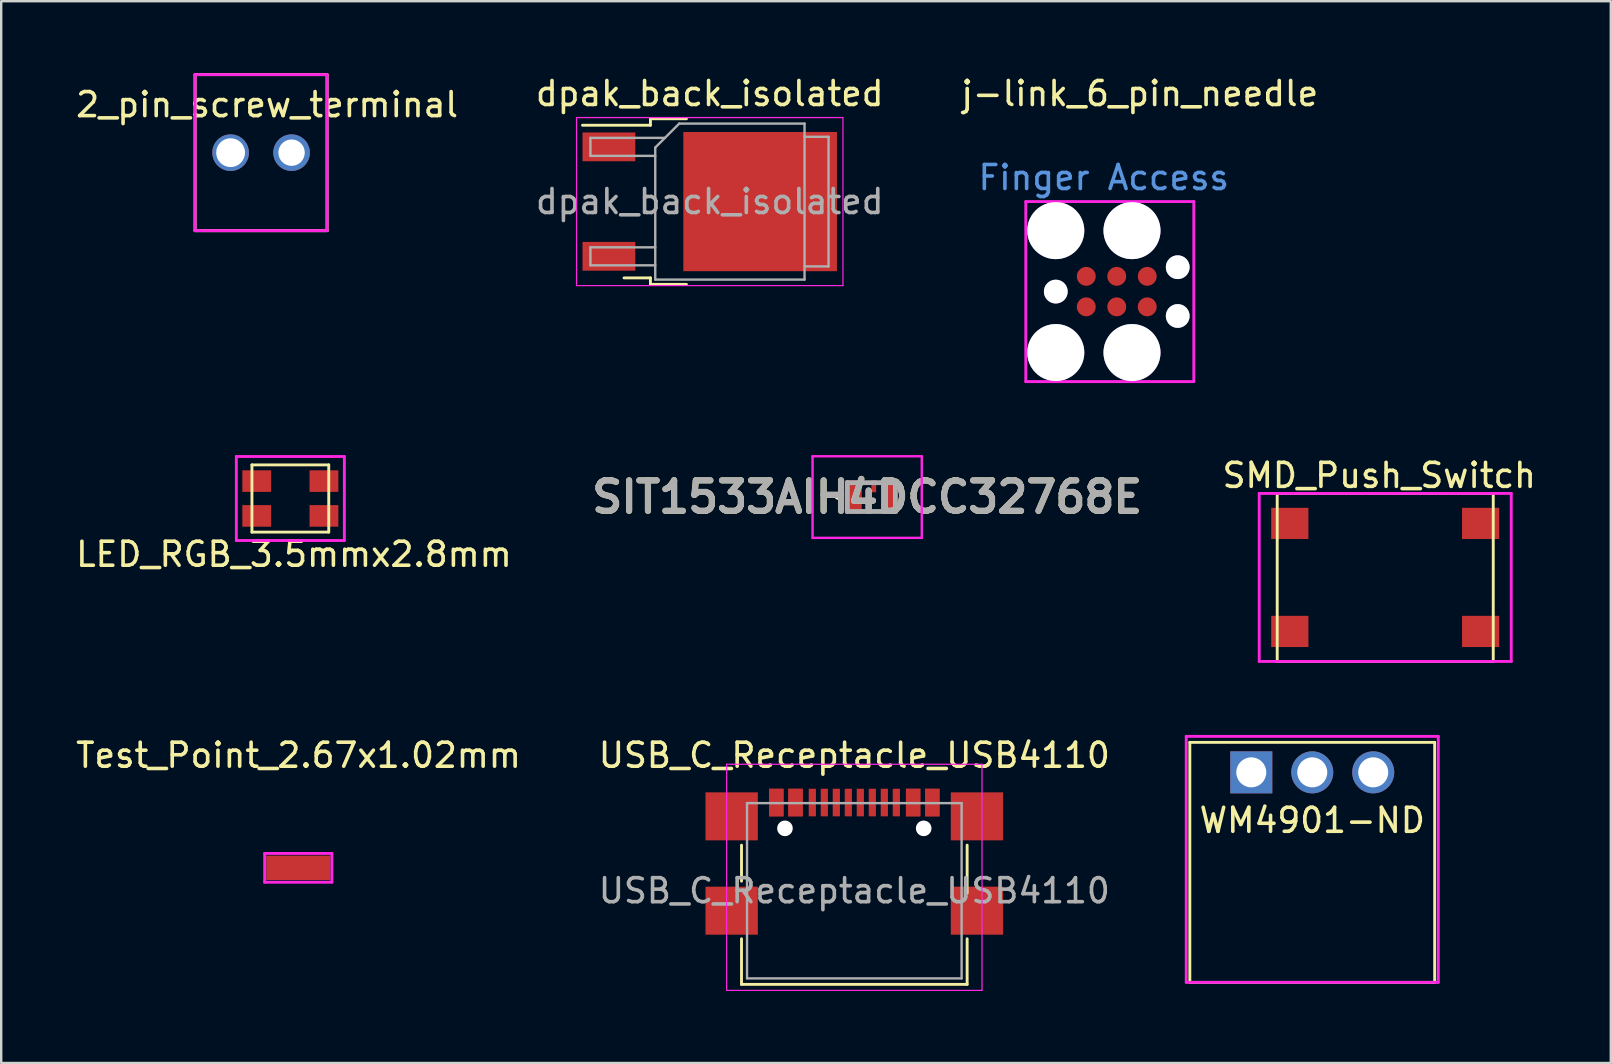
<source format=kicad_pcb>
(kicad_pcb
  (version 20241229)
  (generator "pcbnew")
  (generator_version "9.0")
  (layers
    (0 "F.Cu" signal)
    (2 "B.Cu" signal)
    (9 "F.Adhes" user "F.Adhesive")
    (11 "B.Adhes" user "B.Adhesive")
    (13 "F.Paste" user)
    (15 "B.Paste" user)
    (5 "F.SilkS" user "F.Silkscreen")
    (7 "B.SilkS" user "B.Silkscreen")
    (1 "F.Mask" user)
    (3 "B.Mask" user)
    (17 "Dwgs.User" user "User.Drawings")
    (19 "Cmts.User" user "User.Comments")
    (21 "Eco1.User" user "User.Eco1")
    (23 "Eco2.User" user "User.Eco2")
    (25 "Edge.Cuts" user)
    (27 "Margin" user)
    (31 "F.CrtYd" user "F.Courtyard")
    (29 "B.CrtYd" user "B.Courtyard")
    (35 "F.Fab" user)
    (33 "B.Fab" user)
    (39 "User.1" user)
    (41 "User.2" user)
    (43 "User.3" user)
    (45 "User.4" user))
  (footprint "WM4901-ND"
    (layer "F.Cu")
    (at 51.62 29.127)
    (property "Reference" "WM4901-ND" (at 0 2 0) (layer "F.SilkS") (effects (font (size 1 1) (thickness 0.15))))
    (attr through_hole)
    (fp_line (start -5.1 -1.25) (end -5.1 8.75) (stroke (width 0.12) (type solid)) (layer "F.SilkS"))
    (fp_line (start -5.1 -1.25) (end 5.1 -1.25) (stroke (width 0.12) (type solid)) (layer "F.SilkS"))
    (fp_line (start 5.1 -1.25) (end 5.1 8.75) (stroke (width 0.12) (type solid)) (layer "F.SilkS"))
    (fp_line (start 5.1 8.75) (end -5.1 8.75) (stroke (width 0.12) (type solid)) (layer "F.SilkS"))
    (fp_line (start -5.25 -1.5) (end 5.25 -1.5) (stroke (width 0.12) (type solid)) (layer "F.CrtYd"))
    (fp_line (start -5.25 8.75) (end -5.25 -1.5) (stroke (width 0.12) (type solid)) (layer "F.CrtYd"))
    (fp_line (start 5.25 -1.5) (end 5.25 8.75) (stroke (width 0.12) (type solid)) (layer "F.CrtYd"))
    (fp_line (start 5.25 8.75) (end -5.25 8.75) (stroke (width 0.12) (type solid)) (layer "F.CrtYd"))
    (pad "1" thru_hole rect (at -2.54 0) (size 1.75 1.75) (drill 1.25) (layers "*.Cu" "*.Mask"))
    (pad "2" thru_hole circle (at 0 0) (size 1.75 1.75) (drill 1.25) (layers "*.Cu" "*.Mask"))
    (pad "3" thru_hole circle (at 2.54 0) (size 1.75 1.75) (drill 1.25) (layers "*.Cu" "*.Mask")))
  (footprint "Test_Point_2.67x1.02mm"
    (layer "F.Cu")
    (at 9.377 33.105)
    (property "Reference" "Test_Point_2.67x1.02mm" (at 0.01 -4.69 0) (layer "F.SilkS") (effects (font (size 1 1) (thickness 0.15))))
    (attr smd)
    (fp_line (start -1.4 -0.6) (end -1.4 0.6) (stroke (width 0.12) (type solid)) (layer "F.CrtYd"))
    (fp_line (start -1.4 -0.6) (end 1.4 -0.6) (stroke (width 0.12) (type solid)) (layer "F.CrtYd"))
    (fp_line (start -1.4 0.6) (end 1.4 0.6) (stroke (width 0.12) (type solid)) (layer "F.CrtYd"))
    (fp_line (start 1.4 0.6) (end 1.4 -0.6) (stroke (width 0.12) (type solid)) (layer "F.CrtYd"))
    (pad "1" smd rect (at 0 0) (size 2.67 1.02) (layers "F.Cu" "F.Mask" "F.Paste")))
  (footprint "LED_RGB_3.5mmx2.8mm"
    (layer "F.Cu")
    (at 9.046 17.718)
    (property "Reference" "LED_RGB_3.5mmx2.8mm" (at 0.15 2.325 0) (layer "F.SilkS") (effects (font (size 1 1) (thickness 0.15))))
    (attr through_hole)
    (fp_line (start -1.6 -1.4) (end -1.6 1.4) (stroke (width 0.12) (type solid)) (layer "F.SilkS"))
    (fp_line (start -1.6 -1.4) (end 1.6 -1.4) (stroke (width 0.12) (type solid)) (layer "F.SilkS"))
    (fp_line (start 1.6 1.4) (end -1.6 1.4) (stroke (width 0.12) (type solid)) (layer "F.SilkS"))
    (fp_line (start 1.6 1.4) (end 1.6 -1.4) (stroke (width 0.12) (type solid)) (layer "F.SilkS"))
    (fp_line (start -2.25 -1.75) (end 2.25 -1.75) (stroke (width 0.12) (type solid)) (layer "F.CrtYd"))
    (fp_line (start -2.25 1.75) (end -2.25 -1.75) (stroke (width 0.12) (type solid)) (layer "F.CrtYd"))
    (fp_line (start 2.25 -1.75) (end 2.25 1.75) (stroke (width 0.12) (type solid)) (layer "F.CrtYd"))
    (fp_line (start 2.25 1.75) (end -2.25 1.75) (stroke (width 0.12) (type solid)) (layer "F.CrtYd"))
    (pad "1" smd rect (at 1.4 0.725) (size 1.2 0.9) (layers "F.Cu" "F.Mask" "F.Paste"))
    (pad "2" smd rect (at -1.4 0.725) (size 1.2 0.9) (layers "F.Cu" "F.Mask" "F.Paste"))
    (pad "3" smd rect (at -1.4 -0.725) (size 1.2 0.9) (layers "F.Cu" "F.Mask" "F.Paste"))
    (pad "4" smd rect (at 1.4 -0.725) (size 1.2 0.9) (layers "F.Cu" "F.Mask" "F.Paste")))
  (footprint "SIT1533AIH4DCC32768E"
    (layer "F.Cu")
    (at 33.252 17.658)
    (property "Reference" "SIT1533AIH4DCC32768E" (at -0.175 0 0) (layer "F.SilkS") (effects (font (size 1.27 1.27) (thickness 0.254))))
    (attr smd)
    (fp_line (start -1.4 -0.1) (end -1.4 -0.1) (stroke (width 0.2) (type solid)) (layer "F.SilkS"))
    (fp_line (start -1.4 0) (end -1.4 0) (stroke (width 0.2) (type solid)) (layer "F.SilkS"))
    (fp_line (start -0.4 -0.6) (end 0 -0.6) (stroke (width 0.1) (type solid)) (layer "F.SilkS"))
    (fp_line (start 0.1 0.6) (end 0.3 0.6) (stroke (width 0.1) (type solid)) (layer "F.SilkS"))
    (fp_arc (start -1.4 -0.1) (mid -1.35 -0.05) (end -1.4 0) (stroke (width 0.2) (type solid)) (layer "F.SilkS"))
    (fp_arc (start -1.4 0) (mid -1.45 -0.05) (end -1.4 -0.1) (stroke (width 0.2) (type solid)) (layer "F.SilkS"))
    (fp_line (start -2.45 -1.7) (end 2.1 -1.7) (stroke (width 0.1) (type solid)) (layer "F.CrtYd"))
    (fp_line (start -2.45 1.7) (end -2.45 -1.7) (stroke (width 0.1) (type solid)) (layer "F.CrtYd"))
    (fp_line (start 2.1 -1.7) (end 2.1 1.7) (stroke (width 0.1) (type solid)) (layer "F.CrtYd"))
    (fp_line (start 2.1 1.7) (end -2.45 1.7) (stroke (width 0.1) (type solid)) (layer "F.CrtYd"))
    (fp_line (start -1 -0.6) (end 1 -0.6) (stroke (width 0.2) (type solid)) (layer "F.Fab"))
    (fp_line (start -1 0.6) (end -1 -0.6) (stroke (width 0.2) (type solid)) (layer "F.Fab"))
    (fp_line (start 1 -0.6) (end 1 0.6) (stroke (width 0.2) (type solid)) (layer "F.Fab"))
    (fp_line (start 1 0.6) (end -1 0.6) (stroke (width 0.2) (type solid)) (layer "F.Fab"))
    (fp_text user "${REFERENCE}" (at -0.175 0 0) (layer "F.Fab") (effects (font (size 1.27 1.27) (thickness 0.254))))
    (pad "1" smd rect (at -0.75 0) (size 0.7 1.4) (layers "F.Cu" "F.Mask" "F.Paste"))
    (pad "2" smd rect (at -0.1 0.45) (size 0.2 0.5) (layers "F.Cu" "F.Mask" "F.Paste"))
    (pad "3" smd rect (at 0.75 0) (size 0.7 1.4) (layers "F.Cu" "F.Mask" "F.Paste"))
    (pad "4" smd rect (at 0.1 -0.45) (size 0.2 0.5) (layers "F.Cu" "F.Mask" "F.Paste")))
  (footprint "2_pin_screw_terminal"
    (layer "F.Cu")
    (at 7.827 3.31)
    (property "Reference" "2_pin_screw_terminal" (at 0.25 -2 0) (layer "F.SilkS") (effects (font (size 1 1) (thickness 0.15))))
    (attr through_hole)
    (fp_line (start -2.75 -3.25) (end -2.75 3.25) (stroke (width 0.12) (type solid)) (layer "F.SilkS"))
    (fp_line (start -2.75 3.25) (end 2.75 3.25) (stroke (width 0.12) (type solid)) (layer "F.SilkS"))
    (fp_line (start 2.75 -3.25) (end -2.75 -3.25) (stroke (width 0.12) (type solid)) (layer "F.SilkS"))
    (fp_line (start 2.75 3.25) (end 2.75 -3.25) (stroke (width 0.12) (type solid)) (layer "F.SilkS"))
    (fp_line (start -2.75 -3.25) (end 2.75 -3.25) (stroke (width 0.12) (type solid)) (layer "F.CrtYd"))
    (fp_line (start -2.75 3.25) (end -2.75 -3.25) (stroke (width 0.12) (type solid)) (layer "F.CrtYd"))
    (fp_line (start 2.75 -3.25) (end 2.75 3.25) (stroke (width 0.12) (type solid)) (layer "F.CrtYd"))
    (fp_line (start 2.75 3.25) (end -2.75 3.25) (stroke (width 0.12) (type solid)) (layer "F.CrtYd"))
    (pad "1" thru_hole circle (at -1.27 0) (size 1.524 1.524) (drill 1.2) (layers "*.Cu" "*.Mask"))
    (pad "2" thru_hole circle (at 1.27 0) (size 1.524 1.524) (drill 1.1) (layers "*.Cu" "*.Mask")))
  (footprint "USB_C_Receptacle_USB4110"
    (layer "F.Cu")
    (at 32.542 34.06)
    (property "Reference" "USB_C_Receptacle_USB4110" (at 0 -5.645 0) (layer "F.SilkS") (effects (font (size 1 1) (thickness 0.15))))
    (attr smd)
    (fp_line (start -4.7 -1.9) (end -4.7 -0.4) (stroke (width 0.12) (type solid)) (layer "F.SilkS"))
    (fp_line (start -4.7 2) (end -4.7 3.9) (stroke (width 0.12) (type solid)) (layer "F.SilkS"))
    (fp_line (start -4.7 3.9) (end 4.7 3.9) (stroke (width 0.12) (type solid)) (layer "F.SilkS"))
    (fp_line (start 4.7 -1.9) (end 4.7 0.1) (stroke (width 0.12) (type solid)) (layer "F.SilkS"))
    (fp_line (start 4.7 2) (end 4.7 3.9) (stroke (width 0.12) (type solid)) (layer "F.SilkS"))
    (fp_line (start -5.32 -5.27) (end -5.32 4.15) (stroke (width 0.05) (type solid)) (layer "F.CrtYd"))
    (fp_line (start -5.32 -5.27) (end 5.32 -5.27) (stroke (width 0.05) (type solid)) (layer "F.CrtYd"))
    (fp_line (start -5.32 4.15) (end 5.32 4.15) (stroke (width 0.05) (type solid)) (layer "F.CrtYd"))
    (fp_line (start 5.32 -5.27) (end 5.32 4.15) (stroke (width 0.05) (type solid)) (layer "F.CrtYd"))
    (fp_line (start -4.47 -3.65) (end -4.47 3.65) (stroke (width 0.1) (type solid)) (layer "F.Fab"))
    (fp_line (start -4.47 -3.65) (end 4.47 -3.65) (stroke (width 0.1) (type solid)) (layer "F.Fab"))
    (fp_line (start -4.47 3.65) (end 4.47 3.65) (stroke (width 0.1) (type solid)) (layer "F.Fab"))
    (fp_line (start 4.47 -3.65) (end 4.47 3.65) (stroke (width 0.1) (type solid)) (layer "F.Fab"))
    (fp_text user "${REFERENCE}" (at 0 0 0) (layer "F.Fab") (effects (font (size 1 1) (thickness 0.15))))
    (pad "" np_thru_hole circle (at -2.89 -2.6) (size 0.65 0.65) (drill 0.65) (layers "*.Cu" "*.Mask"))
    (pad "" np_thru_hole circle (at 2.89 -2.6) (size 0.65 0.65) (drill 0.65) (layers "*.Cu" "*.Mask"))
    (pad "A1" smd rect (at -3.25 -3.675) (size 0.6 1.15) (layers "F.Cu" "F.Mask" "F.Paste"))
    (pad "A4" smd rect (at -2.45 -3.675) (size 0.6 1.15) (layers "F.Cu" "F.Mask" "F.Paste"))
    (pad "A5" smd rect (at -1.25 -3.675) (size 0.3 1.15) (layers "F.Cu" "F.Mask" "F.Paste"))
    (pad "A6" smd rect (at -0.25 -3.675) (size 0.3 1.15) (layers "F.Cu" "F.Mask" "F.Paste"))
    (pad "A7" smd rect (at 0.25 -3.675) (size 0.3 1.15) (layers "F.Cu" "F.Mask" "F.Paste"))
    (pad "A8" smd rect (at 1.25 -3.675) (size 0.3 1.15) (layers "F.Cu" "F.Mask" "F.Paste"))
    (pad "A9" smd rect (at 2.45 -3.675) (size 0.6 1.15) (layers "F.Cu" "F.Mask" "F.Paste"))
    (pad "A12" smd rect (at 3.25 -3.675) (size 0.6 1.15) (layers "F.Cu" "F.Mask" "F.Paste"))
    (pad "B1" smd rect (at 3.25 -3.675) (size 0.6 1.15) (layers "F.Cu" "F.Mask" "F.Paste"))
    (pad "B4" smd rect (at 2.45 -3.675) (size 0.6 1.15) (layers "F.Cu" "F.Mask" "F.Paste"))
    (pad "B5" smd rect (at 1.75 -3.675) (size 0.3 1.15) (layers "F.Cu" "F.Mask" "F.Paste"))
    (pad "B6" smd rect (at 0.75 -3.675) (size 0.3 1.15) (layers "F.Cu" "F.Mask" "F.Paste"))
    (pad "B7" smd rect (at -0.75 -3.675) (size 0.3 1.15) (layers "F.Cu" "F.Mask" "F.Paste"))
    (pad "B8" smd rect (at -1.75 -3.675) (size 0.3 1.15) (layers "F.Cu" "F.Mask" "F.Paste"))
    (pad "B9" smd rect (at -2.45 -3.675) (size 0.6 1.15) (layers "F.Cu" "F.Mask" "F.Paste"))
    (pad "B12" smd rect (at -3.25 -3.675) (size 0.6 1.15) (layers "F.Cu" "F.Mask" "F.Paste"))
    (pad "S1" smd rect (at -5.11 -3.1) (size 2.18 2) (layers "F.Cu" "F.Mask" "F.Paste"))
    (pad "S1" smd rect (at -5.11 0.83) (size 2.18 2) (layers "F.Cu" "F.Mask" "F.Paste"))
    (pad "S1" smd rect (at 5.11 -3.1) (size 2.18 2) (layers "F.Cu" "F.Mask" "F.Paste"))
    (pad "S1" smd rect (at 5.11 0.83) (size 2.18 2) (layers "F.Cu" "F.Mask" "F.Paste")))
  (footprint "j-link_6_pin_needle"
    (layer "F.Cu")
    (at 40.935 9.098)
    (property "Reference" "j-link_6_pin_needle" (at 3.5 -8.25 0) (layer "F.SilkS") (effects (font (size 1 1) (thickness 0.15))))
    (attr through_hole)
    (fp_line (start -1.25 -3.75) (end -1.25 3.75) (stroke (width 0.12) (type solid)) (layer "F.CrtYd"))
    (fp_line (start -1.25 3.75) (end 5.75 3.75) (stroke (width 0.12) (type solid)) (layer "F.CrtYd"))
    (fp_line (start 5.75 -3.75) (end -1.25 -3.75) (stroke (width 0.12) (type solid)) (layer "F.CrtYd"))
    (fp_line (start 5.75 3.75) (end 5.75 -3.75) (stroke (width 0.12) (type solid)) (layer "F.CrtYd"))
    (fp_text user "Finger Access" (at 2 -4.75 0) (layer "Cmts.User") (effects (font (size 1 1) (thickness 0.15))))
    (pad "" thru_hole circle (at 0 -2.54) (size 2.375 2.375) (drill 2.375) (layers "*.Cu" "*.Mask"))
    (pad "" thru_hole circle (at 0 0) (size 0.991 0.991) (drill 0.991) (layers "*.Cu" "*.Mask"))
    (pad "" thru_hole circle (at 0 2.54) (size 2.375 2.375) (drill 2.375) (layers "*.Cu" "*.Mask"))
    (pad "" thru_hole circle (at 3.175 -2.54) (size 2.375 2.375) (drill 2.375) (layers "*.Cu" "*.Mask"))
    (pad "" thru_hole circle (at 3.175 2.54) (size 2.375 2.375) (drill 2.375) (layers "*.Cu" "*.Mask"))
    (pad "" thru_hole circle (at 5.08 -1.016) (size 0.991 0.991) (drill 0.991) (layers "*.Cu" "*.Mask"))
    (pad "" thru_hole circle (at 5.08 1.016) (size 0.991 0.991) (drill 0.991) (layers "*.Cu" "*.Mask"))
    (pad "1" smd circle (at 1.27 0.635) (size 0.787 0.787) (layers "F.Cu" "F.Mask" "F.Paste"))
    (pad "2" smd circle (at 1.27 -0.635) (size 0.787 0.787) (layers "F.Cu" "F.Mask" "F.Paste"))
    (pad "3" smd circle (at 2.54 0.635) (size 0.787 0.787) (layers "F.Cu" "F.Mask" "F.Paste"))
    (pad "4" smd circle (at 2.54 -0.635) (size 0.787 0.787) (layers "F.Cu" "F.Mask" "F.Paste"))
    (pad "5" smd circle (at 3.81 0.635) (size 0.787 0.787) (layers "F.Cu" "F.Mask" "F.Paste"))
    (pad "6" smd circle (at 3.81 -0.635) (size 0.787 0.787) (layers "F.Cu" "F.Mask" "F.Paste")))
  (footprint "SMD_Push_Switch"
    (layer "F.Cu")
    (at 54.66 21.006)
    (property "Reference" "SMD_Push_Switch" (at -0.25 -4.25 0) (layer "F.SilkS") (effects (font (size 1 1) (thickness 0.15))))
    (attr through_hole)
    (fp_line (start -4.5 -3.5) (end -4.5 3.5) (stroke (width 0.12) (type solid)) (layer "F.SilkS"))
    (fp_line (start -4.5 3.5) (end 4.5 3.5) (stroke (width 0.12) (type solid)) (layer "F.SilkS"))
    (fp_line (start 4.5 -3.5) (end -4.5 -3.5) (stroke (width 0.12) (type solid)) (layer "F.SilkS"))
    (fp_line (start 4.5 3.5) (end 4.5 -3.5) (stroke (width 0.12) (type solid)) (layer "F.SilkS"))
    (fp_line (start -5.25 -3.5) (end 5.25 -3.5) (stroke (width 0.12) (type solid)) (layer "F.CrtYd"))
    (fp_line (start -5.25 3.5) (end -5.25 -3.5) (stroke (width 0.12) (type solid)) (layer "F.CrtYd"))
    (fp_line (start 5.25 -3.5) (end 5.25 3.5) (stroke (width 0.12) (type solid)) (layer "F.CrtYd"))
    (fp_line (start 5.25 3.5) (end -5.25 3.5) (stroke (width 0.12) (type solid)) (layer "F.CrtYd"))
    (pad "1" smd rect (at -3.975 -2.25) (size 1.55 1.3) (layers "F.Cu" "F.Mask" "F.Paste"))
    (pad "2" smd rect (at 3.975 -2.25) (size 1.55 1.3) (layers "F.Cu" "F.Mask" "F.Paste"))
    (pad "3" smd rect (at -3.975 2.25) (size 1.55 1.3) (layers "F.Cu" "F.Mask" "F.Paste"))
    (pad "4" smd rect (at 3.975 2.25) (size 1.55 1.3) (layers "F.Cu" "F.Mask" "F.Paste")))
  (footprint "dpak_back_isolated"
    (layer "F.Cu")
    (at 26.518 5.348)
    (property "Reference" "dpak_back_isolated" (at 0 -4.5 0) (layer "F.SilkS") (effects (font (size 1 1) (thickness 0.15))))
    (attr smd)
    (fp_line (start -2.47 -3.45) (end -2.47 -3.18) (stroke (width 0.12) (type solid)) (layer "F.SilkS"))
    (fp_line (start -2.47 -3.18) (end -5.3 -3.18) (stroke (width 0.12) (type solid)) (layer "F.SilkS"))
    (fp_line (start -2.47 3.18) (end -3.57 3.18) (stroke (width 0.12) (type solid)) (layer "F.SilkS"))
    (fp_line (start -2.47 3.45) (end -2.47 3.18) (stroke (width 0.12) (type solid)) (layer "F.SilkS"))
    (fp_line (start -0.97 -3.45) (end -2.47 -3.45) (stroke (width 0.12) (type solid)) (layer "F.SilkS"))
    (fp_line (start -0.97 3.45) (end -2.47 3.45) (stroke (width 0.12) (type solid)) (layer "F.SilkS"))
    (fp_line (start -5.55 -3.5) (end -5.55 3.5) (stroke (width 0.05) (type solid)) (layer "F.CrtYd"))
    (fp_line (start -5.55 3.5) (end 5.55 3.5) (stroke (width 0.05) (type solid)) (layer "F.CrtYd"))
    (fp_line (start 5.55 -3.5) (end -5.55 -3.5) (stroke (width 0.05) (type solid)) (layer "F.CrtYd"))
    (fp_line (start 5.55 3.5) (end 5.55 -3.5) (stroke (width 0.05) (type solid)) (layer "F.CrtYd"))
    (fp_line (start -4.97 -2.655) (end -4.97 -1.905) (stroke (width 0.1) (type solid)) (layer "F.Fab"))
    (fp_line (start -4.97 -1.905) (end -2.27 -1.905) (stroke (width 0.1) (type solid)) (layer "F.Fab"))
    (fp_line (start -4.97 1.905) (end -4.97 2.655) (stroke (width 0.1) (type solid)) (layer "F.Fab"))
    (fp_line (start -4.97 2.655) (end -2.27 2.655) (stroke (width 0.1) (type solid)) (layer "F.Fab"))
    (fp_line (start -2.27 -2.25) (end -1.27 -3.25) (stroke (width 0.1) (type solid)) (layer "F.Fab"))
    (fp_line (start -2.27 1.905) (end -4.97 1.905) (stroke (width 0.1) (type solid)) (layer "F.Fab"))
    (fp_line (start -2.27 3.25) (end -2.27 -2.25) (stroke (width 0.1) (type solid)) (layer "F.Fab"))
    (fp_line (start -1.865 -2.655) (end -4.97 -2.655) (stroke (width 0.1) (type solid)) (layer "F.Fab"))
    (fp_line (start -1.27 -3.25) (end 3.95 -3.25) (stroke (width 0.1) (type solid)) (layer "F.Fab"))
    (fp_line (start 3.95 -3.25) (end 3.95 3.25) (stroke (width 0.1) (type solid)) (layer "F.Fab"))
    (fp_line (start 3.95 -2.7) (end 4.95 -2.7) (stroke (width 0.1) (type solid)) (layer "F.Fab"))
    (fp_line (start 3.95 3.25) (end -2.27 3.25) (stroke (width 0.1) (type solid)) (layer "F.Fab"))
    (fp_line (start 4.95 -2.7) (end 4.95 2.7) (stroke (width 0.1) (type solid)) (layer "F.Fab"))
    (fp_line (start 4.95 2.7) (end 3.95 2.7) (stroke (width 0.1) (type solid)) (layer "F.Fab"))
    (fp_text user "${REFERENCE}" (at 0 0 0) (layer "F.Fab") (effects (font (size 1 1) (thickness 0.15))))
    (pad "" smd rect (at 0.425 -1.525) (size 3.05 2.75) (layers "F.Paste"))
    (pad "" smd rect (at 0.425 1.525) (size 3.05 2.75) (layers "F.Paste"))
    (pad "" smd rect (at 3.775 -1.525) (size 3.05 2.75) (layers "F.Paste"))
    (pad "" smd rect (at 3.775 1.525) (size 3.05 2.75) (layers "F.Paste"))
    (pad "1" smd rect (at -4.2 -2.28) (size 2.2 1.2) (layers "F.Cu" "F.Mask" "F.Paste"))
    (pad "2" smd rect (at -4.2 2.28) (size 2.2 1.2) (layers "F.Cu" "F.Mask" "F.Paste"))
    (pad "3" smd rect (at 2.1 0) (size 6.4 5.8) (layers "F.Cu" "F.Mask")))
  (gr_rect
    (start -3 -3)
    (end 64.058 41.235)
    (stroke (width 0.1) (type default))
    (fill no)
    (layer "Edge.Cuts")))
</source>
